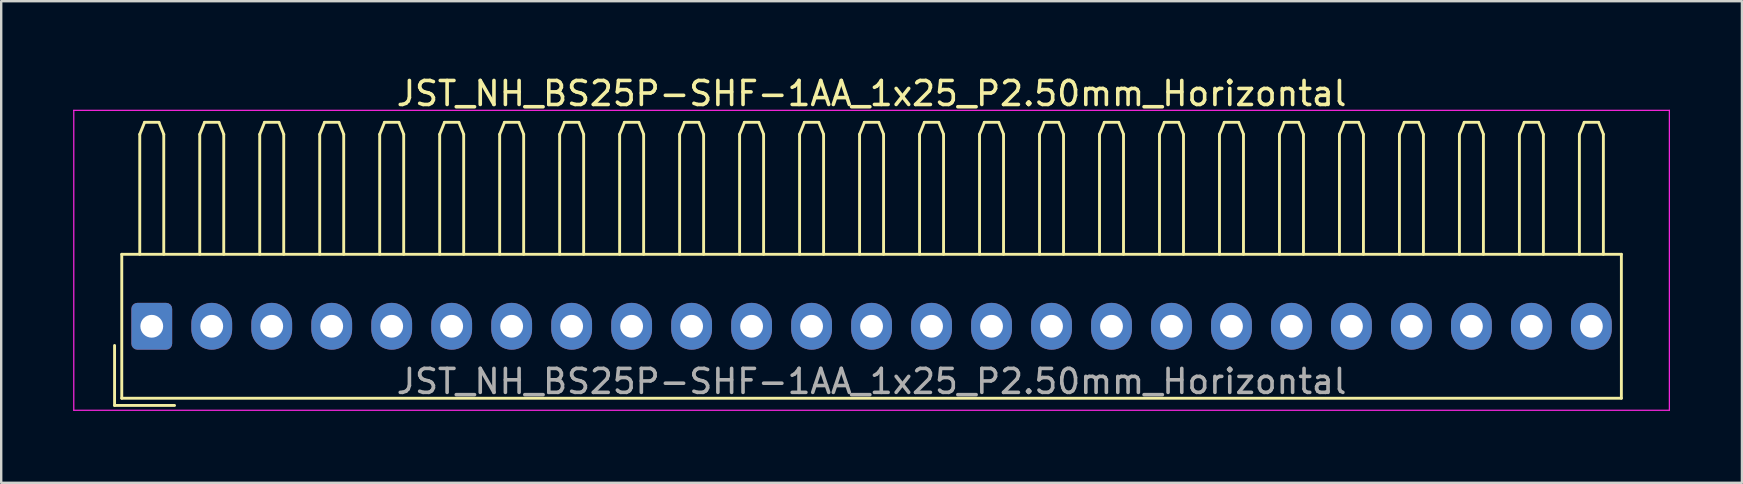
<source format=kicad_pcb>
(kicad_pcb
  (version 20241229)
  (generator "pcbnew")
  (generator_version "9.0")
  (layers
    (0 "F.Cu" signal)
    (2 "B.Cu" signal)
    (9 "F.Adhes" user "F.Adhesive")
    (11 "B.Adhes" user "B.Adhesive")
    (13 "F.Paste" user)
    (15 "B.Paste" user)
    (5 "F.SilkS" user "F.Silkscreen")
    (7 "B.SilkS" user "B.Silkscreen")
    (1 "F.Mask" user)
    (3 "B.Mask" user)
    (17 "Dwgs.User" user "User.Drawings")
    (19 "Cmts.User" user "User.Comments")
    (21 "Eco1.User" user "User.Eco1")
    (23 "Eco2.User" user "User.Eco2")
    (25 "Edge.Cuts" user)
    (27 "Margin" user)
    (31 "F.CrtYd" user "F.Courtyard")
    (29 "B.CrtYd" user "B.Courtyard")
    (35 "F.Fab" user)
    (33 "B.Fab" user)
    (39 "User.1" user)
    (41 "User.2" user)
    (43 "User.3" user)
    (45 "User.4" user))
  (footprint "JST_NH_BS25P-SHF-1AA_1x25_P2.50mm_Horizontal"
    (layer "F.Cu")
    (at 3.275 10.548)
    (property "Reference" "JST_NH_BS25P-SHF-1AA_1x25_P2.50mm_Horizontal" (at 30 -9.7 0) (layer "F.SilkS") (effects (font (size 1 1) (thickness 0.15))))
    (attr through_hole)
    (fp_line (start -1.55 0.8) (end -1.55 3.3) (stroke (width 0.12) (type solid)) (layer "F.SilkS"))
    (fp_line (start -1.55 3.3) (end 0.95 3.3) (stroke (width 0.12) (type solid)) (layer "F.SilkS"))
    (fp_line (start -1.25 -3) (end -1.25 3) (stroke (width 0.12) (type solid)) (layer "F.SilkS"))
    (fp_line (start -1.25 3) (end 61.25 3) (stroke (width 0.12) (type solid)) (layer "F.SilkS"))
    (fp_line (start -0.5 -8) (end -0.3 -8.5) (stroke (width 0.12) (type solid)) (layer "F.SilkS"))
    (fp_line (start -0.5 -3) (end -0.5 -8) (stroke (width 0.12) (type solid)) (layer "F.SilkS"))
    (fp_line (start -0.3 -8.5) (end 0.3 -8.5) (stroke (width 0.12) (type solid)) (layer "F.SilkS"))
    (fp_line (start 0.3 -8.5) (end 0.5 -8) (stroke (width 0.12) (type solid)) (layer "F.SilkS"))
    (fp_line (start 0.5 -8) (end 0.5 -3) (stroke (width 0.12) (type solid)) (layer "F.SilkS"))
    (fp_line (start 2 -8) (end 2.2 -8.5) (stroke (width 0.12) (type solid)) (layer "F.SilkS"))
    (fp_line (start 2 -3) (end 2 -8) (stroke (width 0.12) (type solid)) (layer "F.SilkS"))
    (fp_line (start 2.2 -8.5) (end 2.8 -8.5) (stroke (width 0.12) (type solid)) (layer "F.SilkS"))
    (fp_line (start 2.8 -8.5) (end 3 -8) (stroke (width 0.12) (type solid)) (layer "F.SilkS"))
    (fp_line (start 3 -8) (end 3 -3) (stroke (width 0.12) (type solid)) (layer "F.SilkS"))
    (fp_line (start 4.5 -8) (end 4.7 -8.5) (stroke (width 0.12) (type solid)) (layer "F.SilkS"))
    (fp_line (start 4.5 -3) (end 4.5 -8) (stroke (width 0.12) (type solid)) (layer "F.SilkS"))
    (fp_line (start 4.7 -8.5) (end 5.3 -8.5) (stroke (width 0.12) (type solid)) (layer "F.SilkS"))
    (fp_line (start 5.3 -8.5) (end 5.5 -8) (stroke (width 0.12) (type solid)) (layer "F.SilkS"))
    (fp_line (start 5.5 -8) (end 5.5 -3) (stroke (width 0.12) (type solid)) (layer "F.SilkS"))
    (fp_line (start 7 -8) (end 7.2 -8.5) (stroke (width 0.12) (type solid)) (layer "F.SilkS"))
    (fp_line (start 7 -3) (end 7 -8) (stroke (width 0.12) (type solid)) (layer "F.SilkS"))
    (fp_line (start 7.2 -8.5) (end 7.8 -8.5) (stroke (width 0.12) (type solid)) (layer "F.SilkS"))
    (fp_line (start 7.8 -8.5) (end 8 -8) (stroke (width 0.12) (type solid)) (layer "F.SilkS"))
    (fp_line (start 8 -8) (end 8 -3) (stroke (width 0.12) (type solid)) (layer "F.SilkS"))
    (fp_line (start 9.5 -8) (end 9.7 -8.5) (stroke (width 0.12) (type solid)) (layer "F.SilkS"))
    (fp_line (start 9.5 -3) (end 9.5 -8) (stroke (width 0.12) (type solid)) (layer "F.SilkS"))
    (fp_line (start 9.7 -8.5) (end 10.3 -8.5) (stroke (width 0.12) (type solid)) (layer "F.SilkS"))
    (fp_line (start 10.3 -8.5) (end 10.5 -8) (stroke (width 0.12) (type solid)) (layer "F.SilkS"))
    (fp_line (start 10.5 -8) (end 10.5 -3) (stroke (width 0.12) (type solid)) (layer "F.SilkS"))
    (fp_line (start 12 -8) (end 12.2 -8.5) (stroke (width 0.12) (type solid)) (layer "F.SilkS"))
    (fp_line (start 12 -3) (end 12 -8) (stroke (width 0.12) (type solid)) (layer "F.SilkS"))
    (fp_line (start 12.2 -8.5) (end 12.8 -8.5) (stroke (width 0.12) (type solid)) (layer "F.SilkS"))
    (fp_line (start 12.8 -8.5) (end 13 -8) (stroke (width 0.12) (type solid)) (layer "F.SilkS"))
    (fp_line (start 13 -8) (end 13 -3) (stroke (width 0.12) (type solid)) (layer "F.SilkS"))
    (fp_line (start 14.5 -8) (end 14.7 -8.5) (stroke (width 0.12) (type solid)) (layer "F.SilkS"))
    (fp_line (start 14.5 -3) (end 14.5 -8) (stroke (width 0.12) (type solid)) (layer "F.SilkS"))
    (fp_line (start 14.7 -8.5) (end 15.3 -8.5) (stroke (width 0.12) (type solid)) (layer "F.SilkS"))
    (fp_line (start 15.3 -8.5) (end 15.5 -8) (stroke (width 0.12) (type solid)) (layer "F.SilkS"))
    (fp_line (start 15.5 -8) (end 15.5 -3) (stroke (width 0.12) (type solid)) (layer "F.SilkS"))
    (fp_line (start 17 -8) (end 17.2 -8.5) (stroke (width 0.12) (type solid)) (layer "F.SilkS"))
    (fp_line (start 17 -3) (end 17 -8) (stroke (width 0.12) (type solid)) (layer "F.SilkS"))
    (fp_line (start 17.2 -8.5) (end 17.8 -8.5) (stroke (width 0.12) (type solid)) (layer "F.SilkS"))
    (fp_line (start 17.8 -8.5) (end 18 -8) (stroke (width 0.12) (type solid)) (layer "F.SilkS"))
    (fp_line (start 18 -8) (end 18 -3) (stroke (width 0.12) (type solid)) (layer "F.SilkS"))
    (fp_line (start 19.5 -8) (end 19.7 -8.5) (stroke (width 0.12) (type solid)) (layer "F.SilkS"))
    (fp_line (start 19.5 -3) (end 19.5 -8) (stroke (width 0.12) (type solid)) (layer "F.SilkS"))
    (fp_line (start 19.7 -8.5) (end 20.3 -8.5) (stroke (width 0.12) (type solid)) (layer "F.SilkS"))
    (fp_line (start 20.3 -8.5) (end 20.5 -8) (stroke (width 0.12) (type solid)) (layer "F.SilkS"))
    (fp_line (start 20.5 -8) (end 20.5 -3) (stroke (width 0.12) (type solid)) (layer "F.SilkS"))
    (fp_line (start 22 -8) (end 22.2 -8.5) (stroke (width 0.12) (type solid)) (layer "F.SilkS"))
    (fp_line (start 22 -3) (end 22 -8) (stroke (width 0.12) (type solid)) (layer "F.SilkS"))
    (fp_line (start 22.2 -8.5) (end 22.8 -8.5) (stroke (width 0.12) (type solid)) (layer "F.SilkS"))
    (fp_line (start 22.8 -8.5) (end 23 -8) (stroke (width 0.12) (type solid)) (layer "F.SilkS"))
    (fp_line (start 23 -8) (end 23 -3) (stroke (width 0.12) (type solid)) (layer "F.SilkS"))
    (fp_line (start 24.5 -8) (end 24.7 -8.5) (stroke (width 0.12) (type solid)) (layer "F.SilkS"))
    (fp_line (start 24.5 -3) (end 24.5 -8) (stroke (width 0.12) (type solid)) (layer "F.SilkS"))
    (fp_line (start 24.7 -8.5) (end 25.3 -8.5) (stroke (width 0.12) (type solid)) (layer "F.SilkS"))
    (fp_line (start 25.3 -8.5) (end 25.5 -8) (stroke (width 0.12) (type solid)) (layer "F.SilkS"))
    (fp_line (start 25.5 -8) (end 25.5 -3) (stroke (width 0.12) (type solid)) (layer "F.SilkS"))
    (fp_line (start 27 -8) (end 27.2 -8.5) (stroke (width 0.12) (type solid)) (layer "F.SilkS"))
    (fp_line (start 27 -3) (end 27 -8) (stroke (width 0.12) (type solid)) (layer "F.SilkS"))
    (fp_line (start 27.2 -8.5) (end 27.8 -8.5) (stroke (width 0.12) (type solid)) (layer "F.SilkS"))
    (fp_line (start 27.8 -8.5) (end 28 -8) (stroke (width 0.12) (type solid)) (layer "F.SilkS"))
    (fp_line (start 28 -8) (end 28 -3) (stroke (width 0.12) (type solid)) (layer "F.SilkS"))
    (fp_line (start 29.5 -8) (end 29.7 -8.5) (stroke (width 0.12) (type solid)) (layer "F.SilkS"))
    (fp_line (start 29.5 -3) (end 29.5 -8) (stroke (width 0.12) (type solid)) (layer "F.SilkS"))
    (fp_line (start 29.7 -8.5) (end 30.3 -8.5) (stroke (width 0.12) (type solid)) (layer "F.SilkS"))
    (fp_line (start 30.3 -8.5) (end 30.5 -8) (stroke (width 0.12) (type solid)) (layer "F.SilkS"))
    (fp_line (start 30.5 -8) (end 30.5 -3) (stroke (width 0.12) (type solid)) (layer "F.SilkS"))
    (fp_line (start 32 -8) (end 32.2 -8.5) (stroke (width 0.12) (type solid)) (layer "F.SilkS"))
    (fp_line (start 32 -3) (end 32 -8) (stroke (width 0.12) (type solid)) (layer "F.SilkS"))
    (fp_line (start 32.2 -8.5) (end 32.8 -8.5) (stroke (width 0.12) (type solid)) (layer "F.SilkS"))
    (fp_line (start 32.8 -8.5) (end 33 -8) (stroke (width 0.12) (type solid)) (layer "F.SilkS"))
    (fp_line (start 33 -8) (end 33 -3) (stroke (width 0.12) (type solid)) (layer "F.SilkS"))
    (fp_line (start 34.5 -8) (end 34.7 -8.5) (stroke (width 0.12) (type solid)) (layer "F.SilkS"))
    (fp_line (start 34.5 -3) (end 34.5 -8) (stroke (width 0.12) (type solid)) (layer "F.SilkS"))
    (fp_line (start 34.7 -8.5) (end 35.3 -8.5) (stroke (width 0.12) (type solid)) (layer "F.SilkS"))
    (fp_line (start 35.3 -8.5) (end 35.5 -8) (stroke (width 0.12) (type solid)) (layer "F.SilkS"))
    (fp_line (start 35.5 -8) (end 35.5 -3) (stroke (width 0.12) (type solid)) (layer "F.SilkS"))
    (fp_line (start 37 -8) (end 37.2 -8.5) (stroke (width 0.12) (type solid)) (layer "F.SilkS"))
    (fp_line (start 37 -3) (end 37 -8) (stroke (width 0.12) (type solid)) (layer "F.SilkS"))
    (fp_line (start 37.2 -8.5) (end 37.8 -8.5) (stroke (width 0.12) (type solid)) (layer "F.SilkS"))
    (fp_line (start 37.8 -8.5) (end 38 -8) (stroke (width 0.12) (type solid)) (layer "F.SilkS"))
    (fp_line (start 38 -8) (end 38 -3) (stroke (width 0.12) (type solid)) (layer "F.SilkS"))
    (fp_line (start 39.5 -8) (end 39.7 -8.5) (stroke (width 0.12) (type solid)) (layer "F.SilkS"))
    (fp_line (start 39.5 -3) (end 39.5 -8) (stroke (width 0.12) (type solid)) (layer "F.SilkS"))
    (fp_line (start 39.7 -8.5) (end 40.3 -8.5) (stroke (width 0.12) (type solid)) (layer "F.SilkS"))
    (fp_line (start 40.3 -8.5) (end 40.5 -8) (stroke (width 0.12) (type solid)) (layer "F.SilkS"))
    (fp_line (start 40.5 -8) (end 40.5 -3) (stroke (width 0.12) (type solid)) (layer "F.SilkS"))
    (fp_line (start 42 -8) (end 42.2 -8.5) (stroke (width 0.12) (type solid)) (layer "F.SilkS"))
    (fp_line (start 42 -3) (end 42 -8) (stroke (width 0.12) (type solid)) (layer "F.SilkS"))
    (fp_line (start 42.2 -8.5) (end 42.8 -8.5) (stroke (width 0.12) (type solid)) (layer "F.SilkS"))
    (fp_line (start 42.8 -8.5) (end 43 -8) (stroke (width 0.12) (type solid)) (layer "F.SilkS"))
    (fp_line (start 43 -8) (end 43 -3) (stroke (width 0.12) (type solid)) (layer "F.SilkS"))
    (fp_line (start 44.5 -8) (end 44.7 -8.5) (stroke (width 0.12) (type solid)) (layer "F.SilkS"))
    (fp_line (start 44.5 -3) (end 44.5 -8) (stroke (width 0.12) (type solid)) (layer "F.SilkS"))
    (fp_line (start 44.7 -8.5) (end 45.3 -8.5) (stroke (width 0.12) (type solid)) (layer "F.SilkS"))
    (fp_line (start 45.3 -8.5) (end 45.5 -8) (stroke (width 0.12) (type solid)) (layer "F.SilkS"))
    (fp_line (start 45.5 -8) (end 45.5 -3) (stroke (width 0.12) (type solid)) (layer "F.SilkS"))
    (fp_line (start 47 -8) (end 47.2 -8.5) (stroke (width 0.12) (type solid)) (layer "F.SilkS"))
    (fp_line (start 47 -3) (end 47 -8) (stroke (width 0.12) (type solid)) (layer "F.SilkS"))
    (fp_line (start 47.2 -8.5) (end 47.8 -8.5) (stroke (width 0.12) (type solid)) (layer "F.SilkS"))
    (fp_line (start 47.8 -8.5) (end 48 -8) (stroke (width 0.12) (type solid)) (layer "F.SilkS"))
    (fp_line (start 48 -8) (end 48 -3) (stroke (width 0.12) (type solid)) (layer "F.SilkS"))
    (fp_line (start 49.5 -8) (end 49.7 -8.5) (stroke (width 0.12) (type solid)) (layer "F.SilkS"))
    (fp_line (start 49.5 -3) (end 49.5 -8) (stroke (width 0.12) (type solid)) (layer "F.SilkS"))
    (fp_line (start 49.7 -8.5) (end 50.3 -8.5) (stroke (width 0.12) (type solid)) (layer "F.SilkS"))
    (fp_line (start 50.3 -8.5) (end 50.5 -8) (stroke (width 0.12) (type solid)) (layer "F.SilkS"))
    (fp_line (start 50.5 -8) (end 50.5 -3) (stroke (width 0.12) (type solid)) (layer "F.SilkS"))
    (fp_line (start 52 -8) (end 52.2 -8.5) (stroke (width 0.12) (type solid)) (layer "F.SilkS"))
    (fp_line (start 52 -3) (end 52 -8) (stroke (width 0.12) (type solid)) (layer "F.SilkS"))
    (fp_line (start 52.2 -8.5) (end 52.8 -8.5) (stroke (width 0.12) (type solid)) (layer "F.SilkS"))
    (fp_line (start 52.8 -8.5) (end 53 -8) (stroke (width 0.12) (type solid)) (layer "F.SilkS"))
    (fp_line (start 53 -8) (end 53 -3) (stroke (width 0.12) (type solid)) (layer "F.SilkS"))
    (fp_line (start 54.5 -8) (end 54.7 -8.5) (stroke (width 0.12) (type solid)) (layer "F.SilkS"))
    (fp_line (start 54.5 -3) (end 54.5 -8) (stroke (width 0.12) (type solid)) (layer "F.SilkS"))
    (fp_line (start 54.7 -8.5) (end 55.3 -8.5) (stroke (width 0.12) (type solid)) (layer "F.SilkS"))
    (fp_line (start 55.3 -8.5) (end 55.5 -8) (stroke (width 0.12) (type solid)) (layer "F.SilkS"))
    (fp_line (start 55.5 -8) (end 55.5 -3) (stroke (width 0.12) (type solid)) (layer "F.SilkS"))
    (fp_line (start 57 -8) (end 57.2 -8.5) (stroke (width 0.12) (type solid)) (layer "F.SilkS"))
    (fp_line (start 57 -3) (end 57 -8) (stroke (width 0.12) (type solid)) (layer "F.SilkS"))
    (fp_line (start 57.2 -8.5) (end 57.8 -8.5) (stroke (width 0.12) (type solid)) (layer "F.SilkS"))
    (fp_line (start 57.8 -8.5) (end 58 -8) (stroke (width 0.12) (type solid)) (layer "F.SilkS"))
    (fp_line (start 58 -8) (end 58 -3) (stroke (width 0.12) (type solid)) (layer "F.SilkS"))
    (fp_line (start 59.5 -8) (end 59.7 -8.5) (stroke (width 0.12) (type solid)) (layer "F.SilkS"))
    (fp_line (start 59.5 -3) (end 59.5 -8) (stroke (width 0.12) (type solid)) (layer "F.SilkS"))
    (fp_line (start 59.7 -8.5) (end 60.3 -8.5) (stroke (width 0.12) (type solid)) (layer "F.SilkS"))
    (fp_line (start 60.3 -8.5) (end 60.5 -8) (stroke (width 0.12) (type solid)) (layer "F.SilkS"))
    (fp_line (start 60.5 -8) (end 60.5 -3) (stroke (width 0.12) (type solid)) (layer "F.SilkS"))
    (fp_line (start 61.25 -3) (end -1.25 -3) (stroke (width 0.12) (type solid)) (layer "F.SilkS"))
    (fp_line (start 61.25 3) (end 61.25 -3) (stroke (width 0.12) (type solid)) (layer "F.SilkS"))
    (fp_line (start -3.25 -9) (end -3.25 3.5) (stroke (width 0.05) (type solid)) (layer "F.CrtYd"))
    (fp_line (start -3.25 3.5) (end 63.25 3.5) (stroke (width 0.05) (type solid)) (layer "F.CrtYd"))
    (fp_line (start 63.25 -9) (end -3.25 -9) (stroke (width 0.05) (type solid)) (layer "F.CrtYd"))
    (fp_line (start 63.25 3.5) (end 63.25 -9) (stroke (width 0.05) (type solid)) (layer "F.CrtYd"))
    (fp_text user "${REFERENCE}" (at 30 2.3 0) (layer "F.Fab") (effects (font (size 1 1) (thickness 0.15))))
    (pad "1" thru_hole roundrect (at 0 0) (size 1.7 1.95) (drill 0.95) (layers "*.Cu" "*.Mask") (roundrect_rratio 0.147))
    (pad "2" thru_hole oval (at 2.5 0) (size 1.7 1.95) (drill 0.95) (layers "*.Cu" "*.Mask"))
    (pad "3" thru_hole oval (at 5 0) (size 1.7 1.95) (drill 0.95) (layers "*.Cu" "*.Mask"))
    (pad "4" thru_hole oval (at 7.5 0) (size 1.7 1.95) (drill 0.95) (layers "*.Cu" "*.Mask"))
    (pad "5" thru_hole oval (at 10 0) (size 1.7 1.95) (drill 0.95) (layers "*.Cu" "*.Mask"))
    (pad "6" thru_hole oval (at 12.5 0) (size 1.7 1.95) (drill 0.95) (layers "*.Cu" "*.Mask"))
    (pad "7" thru_hole oval (at 15 0) (size 1.7 1.95) (drill 0.95) (layers "*.Cu" "*.Mask"))
    (pad "8" thru_hole oval (at 17.5 0) (size 1.7 1.95) (drill 0.95) (layers "*.Cu" "*.Mask"))
    (pad "9" thru_hole oval (at 20 0) (size 1.7 1.95) (drill 0.95) (layers "*.Cu" "*.Mask"))
    (pad "10" thru_hole oval (at 22.5 0) (size 1.7 1.95) (drill 0.95) (layers "*.Cu" "*.Mask"))
    (pad "11" thru_hole oval (at 25 0) (size 1.7 1.95) (drill 0.95) (layers "*.Cu" "*.Mask"))
    (pad "12" thru_hole oval (at 27.5 0) (size 1.7 1.95) (drill 0.95) (layers "*.Cu" "*.Mask"))
    (pad "13" thru_hole oval (at 30 0) (size 1.7 1.95) (drill 0.95) (layers "*.Cu" "*.Mask"))
    (pad "14" thru_hole oval (at 32.5 0) (size 1.7 1.95) (drill 0.95) (layers "*.Cu" "*.Mask"))
    (pad "15" thru_hole oval (at 35 0) (size 1.7 1.95) (drill 0.95) (layers "*.Cu" "*.Mask"))
    (pad "16" thru_hole oval (at 37.5 0) (size 1.7 1.95) (drill 0.95) (layers "*.Cu" "*.Mask"))
    (pad "17" thru_hole oval (at 40 0) (size 1.7 1.95) (drill 0.95) (layers "*.Cu" "*.Mask"))
    (pad "18" thru_hole oval (at 42.5 0) (size 1.7 1.95) (drill 0.95) (layers "*.Cu" "*.Mask"))
    (pad "19" thru_hole oval (at 45 0) (size 1.7 1.95) (drill 0.95) (layers "*.Cu" "*.Mask"))
    (pad "20" thru_hole oval (at 47.5 0) (size 1.7 1.95) (drill 0.95) (layers "*.Cu" "*.Mask"))
    (pad "21" thru_hole oval (at 50 0) (size 1.7 1.95) (drill 0.95) (layers "*.Cu" "*.Mask"))
    (pad "22" thru_hole oval (at 52.5 0) (size 1.7 1.95) (drill 0.95) (layers "*.Cu" "*.Mask"))
    (pad "23" thru_hole oval (at 55 0) (size 1.7 1.95) (drill 0.95) (layers "*.Cu" "*.Mask"))
    (pad "24" thru_hole oval (at 57.5 0) (size 1.7 1.95) (drill 0.95) (layers "*.Cu" "*.Mask"))
    (pad "25" thru_hole oval (at 60 0) (size 1.7 1.95) (drill 0.95) (layers "*.Cu" "*.Mask")))
  (gr_rect
    (start -3 -3)
    (end 69.55 17.073)
    (stroke (width 0.1) (type default))
    (fill no)
    (layer "Edge.Cuts")))
</source>
